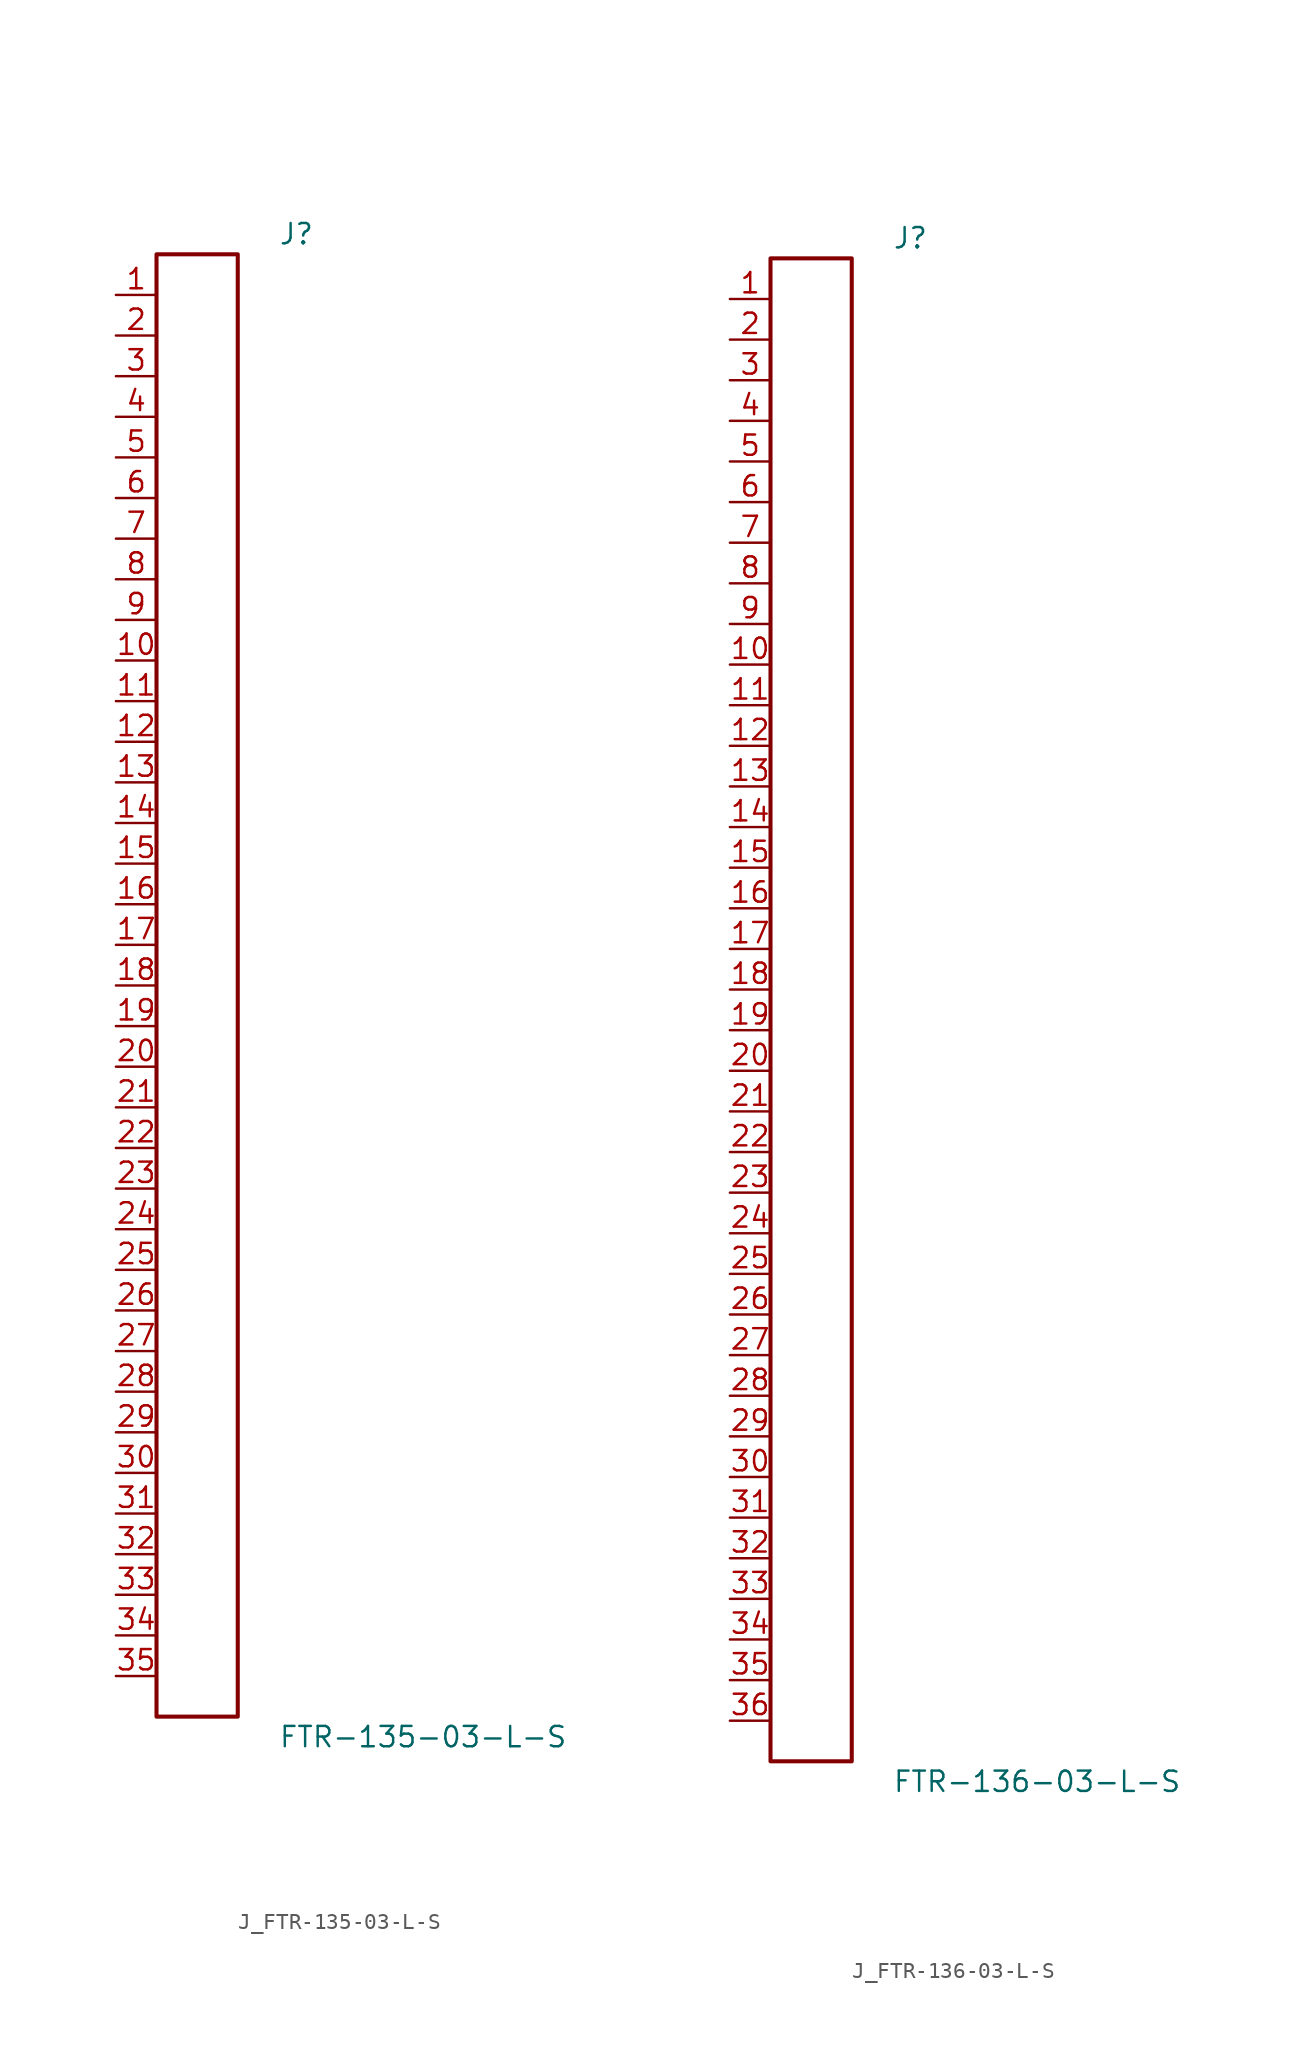
<source format=kicad_sym>
(kicad_symbol_lib
  (version 20231120)
  (generator kicad_symbol_editor)
  (generator_version 8.0)
  (symbol "J_FTR-135-03-L-S"
    (pin_names
      (offset 0.254))
    (property "Reference" "J"
      (at 5.08 46.99 0)
      (effects (font (size 1.27 1.27)) (justify left)))
    (property "Value" "FTR-135-03-L-S"
      (at 5.08 -46.99 0)
      (effects (font (size 1.27 1.27)) (justify left)))
    (symbol "J_FTR-135-03-L-S_0_0"
      (pin unspecified line (at -5.08 43.18 0) (length 2.54) (name "" (effects (font (size 1.27 1.27)))) (number "1" (effects (font (size 1.27 1.27)))))
      (pin unspecified line (at -5.08 40.64 0) (length 2.54) (name "" (effects (font (size 1.27 1.27)))) (number "2" (effects (font (size 1.27 1.27)))))
      (pin unspecified line (at -5.08 38.1 0) (length 2.54) (name "" (effects (font (size 1.27 1.27)))) (number "3" (effects (font (size 1.27 1.27)))))
      (pin unspecified line (at -5.08 35.56 0) (length 2.54) (name "" (effects (font (size 1.27 1.27)))) (number "4" (effects (font (size 1.27 1.27)))))
      (pin unspecified line (at -5.08 33.02 0) (length 2.54) (name "" (effects (font (size 1.27 1.27)))) (number "5" (effects (font (size 1.27 1.27)))))
      (pin unspecified line (at -5.08 30.48 0) (length 2.54) (name "" (effects (font (size 1.27 1.27)))) (number "6" (effects (font (size 1.27 1.27)))))
      (pin unspecified line (at -5.08 27.94 0) (length 2.54) (name "" (effects (font (size 1.27 1.27)))) (number "7" (effects (font (size 1.27 1.27)))))
      (pin unspecified line (at -5.08 25.4 0) (length 2.54) (name "" (effects (font (size 1.27 1.27)))) (number "8" (effects (font (size 1.27 1.27)))))
      (pin unspecified line (at -5.08 22.86 0) (length 2.54) (name "" (effects (font (size 1.27 1.27)))) (number "9" (effects (font (size 1.27 1.27)))))
      (pin unspecified line (at -5.08 20.32 0) (length 2.54) (name "" (effects (font (size 1.27 1.27)))) (number "10" (effects (font (size 1.27 1.27)))))
      (pin unspecified line (at -5.08 17.78 0) (length 2.54) (name "" (effects (font (size 1.27 1.27)))) (number "11" (effects (font (size 1.27 1.27)))))
      (pin unspecified line (at -5.08 15.24 0) (length 2.54) (name "" (effects (font (size 1.27 1.27)))) (number "12" (effects (font (size 1.27 1.27)))))
      (pin unspecified line (at -5.08 12.7 0) (length 2.54) (name "" (effects (font (size 1.27 1.27)))) (number "13" (effects (font (size 1.27 1.27)))))
      (pin unspecified line (at -5.08 10.16 0) (length 2.54) (name "" (effects (font (size 1.27 1.27)))) (number "14" (effects (font (size 1.27 1.27)))))
      (pin unspecified line (at -5.08 7.62 0) (length 2.54) (name "" (effects (font (size 1.27 1.27)))) (number "15" (effects (font (size 1.27 1.27)))))
      (pin unspecified line (at -5.08 5.08 0) (length 2.54) (name "" (effects (font (size 1.27 1.27)))) (number "16" (effects (font (size 1.27 1.27)))))
      (pin unspecified line (at -5.08 2.54 0) (length 2.54) (name "" (effects (font (size 1.27 1.27)))) (number "17" (effects (font (size 1.27 1.27)))))
      (pin unspecified line (at -5.08 0.0 0) (length 2.54) (name "" (effects (font (size 1.27 1.27)))) (number "18" (effects (font (size 1.27 1.27)))))
      (pin unspecified line (at -5.08 -2.54 0) (length 2.54) (name "" (effects (font (size 1.27 1.27)))) (number "19" (effects (font (size 1.27 1.27)))))
      (pin unspecified line (at -5.08 -5.08 0) (length 2.54) (name "" (effects (font (size 1.27 1.27)))) (number "20" (effects (font (size 1.27 1.27)))))
      (pin unspecified line (at -5.08 -7.62 0) (length 2.54) (name "" (effects (font (size 1.27 1.27)))) (number "21" (effects (font (size 1.27 1.27)))))
      (pin unspecified line (at -5.08 -10.16 0) (length 2.54) (name "" (effects (font (size 1.27 1.27)))) (number "22" (effects (font (size 1.27 1.27)))))
      (pin unspecified line (at -5.08 -12.7 0) (length 2.54) (name "" (effects (font (size 1.27 1.27)))) (number "23" (effects (font (size 1.27 1.27)))))
      (pin unspecified line (at -5.08 -15.24 0) (length 2.54) (name "" (effects (font (size 1.27 1.27)))) (number "24" (effects (font (size 1.27 1.27)))))
      (pin unspecified line (at -5.08 -17.78 0) (length 2.54) (name "" (effects (font (size 1.27 1.27)))) (number "25" (effects (font (size 1.27 1.27)))))
      (pin unspecified line (at -5.08 -20.32 0) (length 2.54) (name "" (effects (font (size 1.27 1.27)))) (number "26" (effects (font (size 1.27 1.27)))))
      (pin unspecified line (at -5.08 -22.86 0) (length 2.54) (name "" (effects (font (size 1.27 1.27)))) (number "27" (effects (font (size 1.27 1.27)))))
      (pin unspecified line (at -5.08 -25.4 0) (length 2.54) (name "" (effects (font (size 1.27 1.27)))) (number "28" (effects (font (size 1.27 1.27)))))
      (pin unspecified line (at -5.08 -27.94 0) (length 2.54) (name "" (effects (font (size 1.27 1.27)))) (number "29" (effects (font (size 1.27 1.27)))))
      (pin unspecified line (at -5.08 -30.48 0) (length 2.54) (name "" (effects (font (size 1.27 1.27)))) (number "30" (effects (font (size 1.27 1.27)))))
      (pin unspecified line (at -5.08 -33.02 0) (length 2.54) (name "" (effects (font (size 1.27 1.27)))) (number "31" (effects (font (size 1.27 1.27)))))
      (pin unspecified line (at -5.08 -35.56 0) (length 2.54) (name "" (effects (font (size 1.27 1.27)))) (number "32" (effects (font (size 1.27 1.27)))))
      (pin unspecified line (at -5.08 -38.1 0) (length 2.54) (name "" (effects (font (size 1.27 1.27)))) (number "33" (effects (font (size 1.27 1.27)))))
      (pin unspecified line (at -5.08 -40.64 0) (length 2.54) (name "" (effects (font (size 1.27 1.27)))) (number "34" (effects (font (size 1.27 1.27)))))
      (pin unspecified line (at -5.08 -43.18 0) (length 2.54) (name "" (effects (font (size 1.27 1.27)))) (number "35" (effects (font (size 1.27 1.27))))))
    (symbol "J_FTR-135-03-L-S_1_0"
      (rectangle (start -2.54 45.72) (end 2.54 -45.72) (stroke (width 0.254) (type solid)) (fill (type none)))))
  (symbol "J_FTR-136-03-L-S"
    (pin_names
      (offset 0.254))
    (property "Reference" "J"
      (at 5.08 48.26 0)
      (effects (font (size 1.27 1.27)) (justify left)))
    (property "Value" "FTR-136-03-L-S"
      (at 5.08 -48.26 0)
      (effects (font (size 1.27 1.27)) (justify left)))
    (symbol "J_FTR-136-03-L-S_0_0"
      (pin unspecified line (at -5.08 44.45 0) (length 2.54) (name "" (effects (font (size 1.27 1.27)))) (number "1" (effects (font (size 1.27 1.27)))))
      (pin unspecified line (at -5.08 41.91 0) (length 2.54) (name "" (effects (font (size 1.27 1.27)))) (number "2" (effects (font (size 1.27 1.27)))))
      (pin unspecified line (at -5.08 39.37 0) (length 2.54) (name "" (effects (font (size 1.27 1.27)))) (number "3" (effects (font (size 1.27 1.27)))))
      (pin unspecified line (at -5.08 36.83 0) (length 2.54) (name "" (effects (font (size 1.27 1.27)))) (number "4" (effects (font (size 1.27 1.27)))))
      (pin unspecified line (at -5.08 34.29 0) (length 2.54) (name "" (effects (font (size 1.27 1.27)))) (number "5" (effects (font (size 1.27 1.27)))))
      (pin unspecified line (at -5.08 31.75 0) (length 2.54) (name "" (effects (font (size 1.27 1.27)))) (number "6" (effects (font (size 1.27 1.27)))))
      (pin unspecified line (at -5.08 29.21 0) (length 2.54) (name "" (effects (font (size 1.27 1.27)))) (number "7" (effects (font (size 1.27 1.27)))))
      (pin unspecified line (at -5.08 26.67 0) (length 2.54) (name "" (effects (font (size 1.27 1.27)))) (number "8" (effects (font (size 1.27 1.27)))))
      (pin unspecified line (at -5.08 24.13 0) (length 2.54) (name "" (effects (font (size 1.27 1.27)))) (number "9" (effects (font (size 1.27 1.27)))))
      (pin unspecified line (at -5.08 21.59 0) (length 2.54) (name "" (effects (font (size 1.27 1.27)))) (number "10" (effects (font (size 1.27 1.27)))))
      (pin unspecified line (at -5.08 19.05 0) (length 2.54) (name "" (effects (font (size 1.27 1.27)))) (number "11" (effects (font (size 1.27 1.27)))))
      (pin unspecified line (at -5.08 16.51 0) (length 2.54) (name "" (effects (font (size 1.27 1.27)))) (number "12" (effects (font (size 1.27 1.27)))))
      (pin unspecified line (at -5.08 13.97 0) (length 2.54) (name "" (effects (font (size 1.27 1.27)))) (number "13" (effects (font (size 1.27 1.27)))))
      (pin unspecified line (at -5.08 11.43 0) (length 2.54) (name "" (effects (font (size 1.27 1.27)))) (number "14" (effects (font (size 1.27 1.27)))))
      (pin unspecified line (at -5.08 8.89 0) (length 2.54) (name "" (effects (font (size 1.27 1.27)))) (number "15" (effects (font (size 1.27 1.27)))))
      (pin unspecified line (at -5.08 6.35 0) (length 2.54) (name "" (effects (font (size 1.27 1.27)))) (number "16" (effects (font (size 1.27 1.27)))))
      (pin unspecified line (at -5.08 3.81 0) (length 2.54) (name "" (effects (font (size 1.27 1.27)))) (number "17" (effects (font (size 1.27 1.27)))))
      (pin unspecified line (at -5.08 1.27 0) (length 2.54) (name "" (effects (font (size 1.27 1.27)))) (number "18" (effects (font (size 1.27 1.27)))))
      (pin unspecified line (at -5.08 -1.27 0) (length 2.54) (name "" (effects (font (size 1.27 1.27)))) (number "19" (effects (font (size 1.27 1.27)))))
      (pin unspecified line (at -5.08 -3.81 0) (length 2.54) (name "" (effects (font (size 1.27 1.27)))) (number "20" (effects (font (size 1.27 1.27)))))
      (pin unspecified line (at -5.08 -6.35 0) (length 2.54) (name "" (effects (font (size 1.27 1.27)))) (number "21" (effects (font (size 1.27 1.27)))))
      (pin unspecified line (at -5.08 -8.89 0) (length 2.54) (name "" (effects (font (size 1.27 1.27)))) (number "22" (effects (font (size 1.27 1.27)))))
      (pin unspecified line (at -5.08 -11.43 0) (length 2.54) (name "" (effects (font (size 1.27 1.27)))) (number "23" (effects (font (size 1.27 1.27)))))
      (pin unspecified line (at -5.08 -13.97 0) (length 2.54) (name "" (effects (font (size 1.27 1.27)))) (number "24" (effects (font (size 1.27 1.27)))))
      (pin unspecified line (at -5.08 -16.51 0) (length 2.54) (name "" (effects (font (size 1.27 1.27)))) (number "25" (effects (font (size 1.27 1.27)))))
      (pin unspecified line (at -5.08 -19.05 0) (length 2.54) (name "" (effects (font (size 1.27 1.27)))) (number "26" (effects (font (size 1.27 1.27)))))
      (pin unspecified line (at -5.08 -21.59 0) (length 2.54) (name "" (effects (font (size 1.27 1.27)))) (number "27" (effects (font (size 1.27 1.27)))))
      (pin unspecified line (at -5.08 -24.13 0) (length 2.54) (name "" (effects (font (size 1.27 1.27)))) (number "28" (effects (font (size 1.27 1.27)))))
      (pin unspecified line (at -5.08 -26.67 0) (length 2.54) (name "" (effects (font (size 1.27 1.27)))) (number "29" (effects (font (size 1.27 1.27)))))
      (pin unspecified line (at -5.08 -29.21 0) (length 2.54) (name "" (effects (font (size 1.27 1.27)))) (number "30" (effects (font (size 1.27 1.27)))))
      (pin unspecified line (at -5.08 -31.75 0) (length 2.54) (name "" (effects (font (size 1.27 1.27)))) (number "31" (effects (font (size 1.27 1.27)))))
      (pin unspecified line (at -5.08 -34.29 0) (length 2.54) (name "" (effects (font (size 1.27 1.27)))) (number "32" (effects (font (size 1.27 1.27)))))
      (pin unspecified line (at -5.08 -36.83 0) (length 2.54) (name "" (effects (font (size 1.27 1.27)))) (number "33" (effects (font (size 1.27 1.27)))))
      (pin unspecified line (at -5.08 -39.37 0) (length 2.54) (name "" (effects (font (size 1.27 1.27)))) (number "34" (effects (font (size 1.27 1.27)))))
      (pin unspecified line (at -5.08 -41.91 0) (length 2.54) (name "" (effects (font (size 1.27 1.27)))) (number "35" (effects (font (size 1.27 1.27)))))
      (pin unspecified line (at -5.08 -44.45 0) (length 2.54) (name "" (effects (font (size 1.27 1.27)))) (number "36" (effects (font (size 1.27 1.27))))))
    (symbol "J_FTR-136-03-L-S_1_0"
      (rectangle (start -2.54 46.99) (end 2.54 -46.99) (stroke (width 0.254) (type solid)) (fill (type none))))))
</source>
